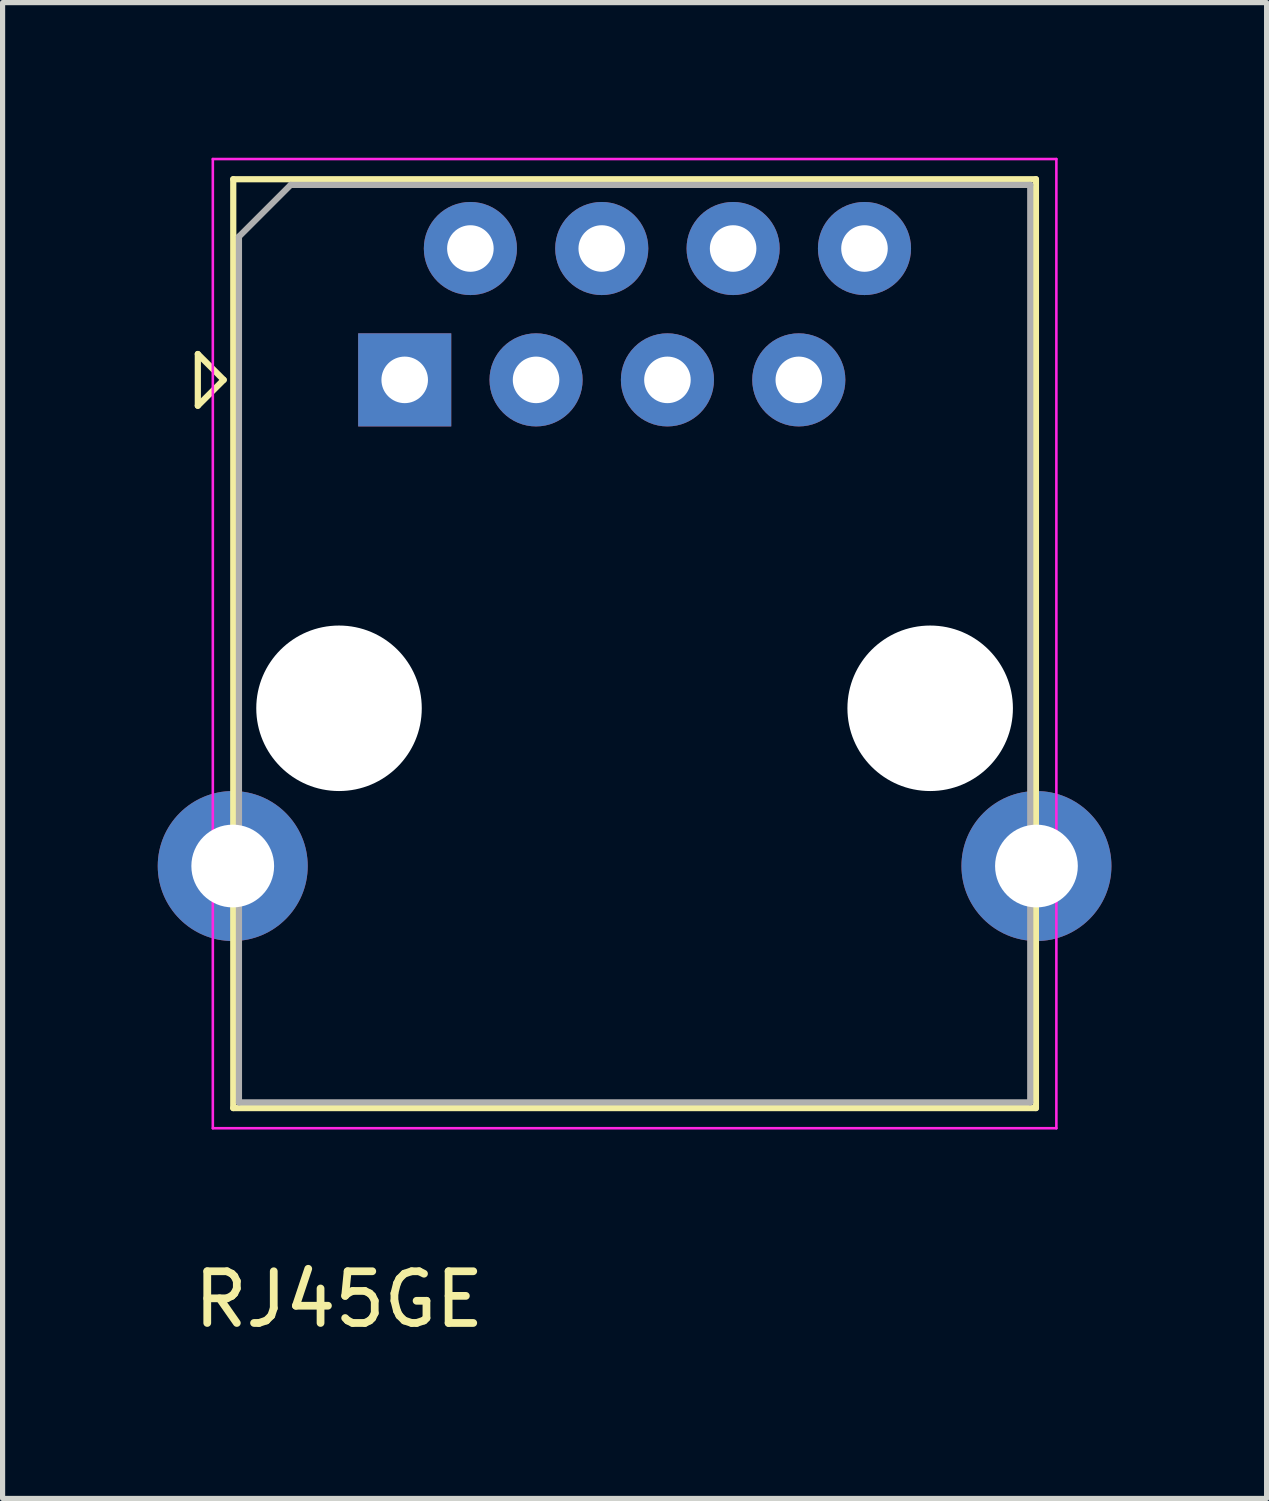
<source format=kicad_pcb>
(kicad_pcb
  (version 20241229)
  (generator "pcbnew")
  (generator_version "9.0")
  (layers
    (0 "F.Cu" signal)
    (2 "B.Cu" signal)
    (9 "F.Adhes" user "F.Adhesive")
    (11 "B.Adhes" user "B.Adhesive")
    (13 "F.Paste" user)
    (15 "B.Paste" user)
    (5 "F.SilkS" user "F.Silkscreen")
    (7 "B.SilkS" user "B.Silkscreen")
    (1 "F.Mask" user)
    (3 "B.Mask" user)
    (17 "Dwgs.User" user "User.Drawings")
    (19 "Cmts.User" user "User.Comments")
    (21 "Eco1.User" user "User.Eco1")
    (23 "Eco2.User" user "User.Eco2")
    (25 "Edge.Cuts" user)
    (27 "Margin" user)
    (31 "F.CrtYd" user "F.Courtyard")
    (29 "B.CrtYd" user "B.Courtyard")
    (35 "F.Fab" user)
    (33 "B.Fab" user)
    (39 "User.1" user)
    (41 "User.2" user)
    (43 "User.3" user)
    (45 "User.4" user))
  (footprint "RJ45GE"
    (layer "F.Cu")
    (at 9.855 9.375)
    (property "Reference" "RJ45GE" (at -6.35 12.7 0) (layer "F.SilkS") (effects (font (size 1 1) (thickness 0.15))))
    (attr through_hole)
    (fp_line (start -9.08 -5.58) (end -9.08 -4.58) (stroke (width 0.12) (type solid)) (layer "F.SilkS"))
    (fp_line (start -9.08 -4.58) (end -8.58 -5.08) (stroke (width 0.12) (type solid)) (layer "F.SilkS"))
    (fp_line (start -8.58 -5.08) (end -9.08 -5.58) (stroke (width 0.12) (type solid)) (layer "F.SilkS"))
    (fp_line (start -8.395 -8.96) (end -8.395 9) (stroke (width 0.12) (type solid)) (layer "F.SilkS"))
    (fp_line (start -8.395 9) (end 7.125 9) (stroke (width 0.12) (type solid)) (layer "F.SilkS"))
    (fp_line (start 7.125 -8.96) (end -8.395 -8.96) (stroke (width 0.12) (type solid)) (layer "F.SilkS"))
    (fp_line (start 7.125 -8.96) (end 7.125 9) (stroke (width 0.12) (type solid)) (layer "F.SilkS"))
    (fp_line (start -8.79 -9.35) (end -8.79 9.39) (stroke (width 0.05) (type solid)) (layer "F.CrtYd"))
    (fp_line (start -8.79 -9.35) (end 7.52 -9.35) (stroke (width 0.05) (type solid)) (layer "F.CrtYd"))
    (fp_line (start 7.52 9.39) (end -8.79 9.39) (stroke (width 0.05) (type solid)) (layer "F.CrtYd"))
    (fp_line (start 7.52 9.39) (end 7.52 -9.35) (stroke (width 0.05) (type solid)) (layer "F.CrtYd"))
    (fp_line (start -8.285 -7.85) (end -7.285 -8.85) (stroke (width 0.12) (type solid)) (layer "F.Fab"))
    (fp_line (start -8.285 8.89) (end -8.285 -7.85) (stroke (width 0.12) (type solid)) (layer "F.Fab"))
    (fp_line (start -7.285 -8.85) (end 7.015 -8.85) (stroke (width 0.12) (type solid)) (layer "F.Fab"))
    (fp_line (start 7.015 -8.85) (end 7.015 8.89) (stroke (width 0.12) (type solid)) (layer "F.Fab"))
    (fp_line (start 7.015 8.89) (end -8.285 8.89) (stroke (width 0.12) (type solid)) (layer "F.Fab"))
    (pad "" np_thru_hole circle (at -6.35 1.27) (size 3.2 3.2) (drill 3.2) (layers "*.Cu" "*.Mask"))
    (pad "" np_thru_hole circle (at 5.08 1.27) (size 3.2 3.2) (drill 3.2) (layers "*.Cu" "*.Mask"))
    (pad "1" thru_hole rect (at -5.08 -5.08) (size 1.8 1.8) (drill 0.9) (layers "*.Cu" "*.Mask"))
    (pad "2" thru_hole circle (at -3.81 -7.62) (size 1.8 1.8) (drill 0.9) (layers "*.Cu" "*.Mask"))
    (pad "3" thru_hole circle (at -2.54 -5.08) (size 1.8 1.8) (drill 0.9) (layers "*.Cu" "*.Mask"))
    (pad "4" thru_hole circle (at -1.27 -7.62) (size 1.8 1.8) (drill 0.9) (layers "*.Cu" "*.Mask"))
    (pad "5" thru_hole circle (at 0 -5.08) (size 1.8 1.8) (drill 0.9) (layers "*.Cu" "*.Mask"))
    (pad "6" thru_hole circle (at 1.27 -7.62) (size 1.8 1.8) (drill 0.9) (layers "*.Cu" "*.Mask"))
    (pad "7" thru_hole circle (at 2.54 -5.08) (size 1.8 1.8) (drill 0.9) (layers "*.Cu" "*.Mask"))
    (pad "8" thru_hole circle (at 3.81 -7.62) (size 1.8 1.8) (drill 0.9) (layers "*.Cu" "*.Mask"))
    (pad "9" thru_hole circle (at -8.405 4.32) (size 2.9 2.9) (drill 1.6) (layers "*.Cu" "*.Mask"))
    (pad "10" thru_hole circle (at 7.135 4.32) (size 2.9 2.9) (drill 1.6) (layers "*.Cu" "*.Mask")))
  (gr_rect
    (start -3 -3)
    (end 21.44 25.923)
    (stroke (width 0.1) (type default))
    (fill no)
    (layer "Edge.Cuts")))
</source>
